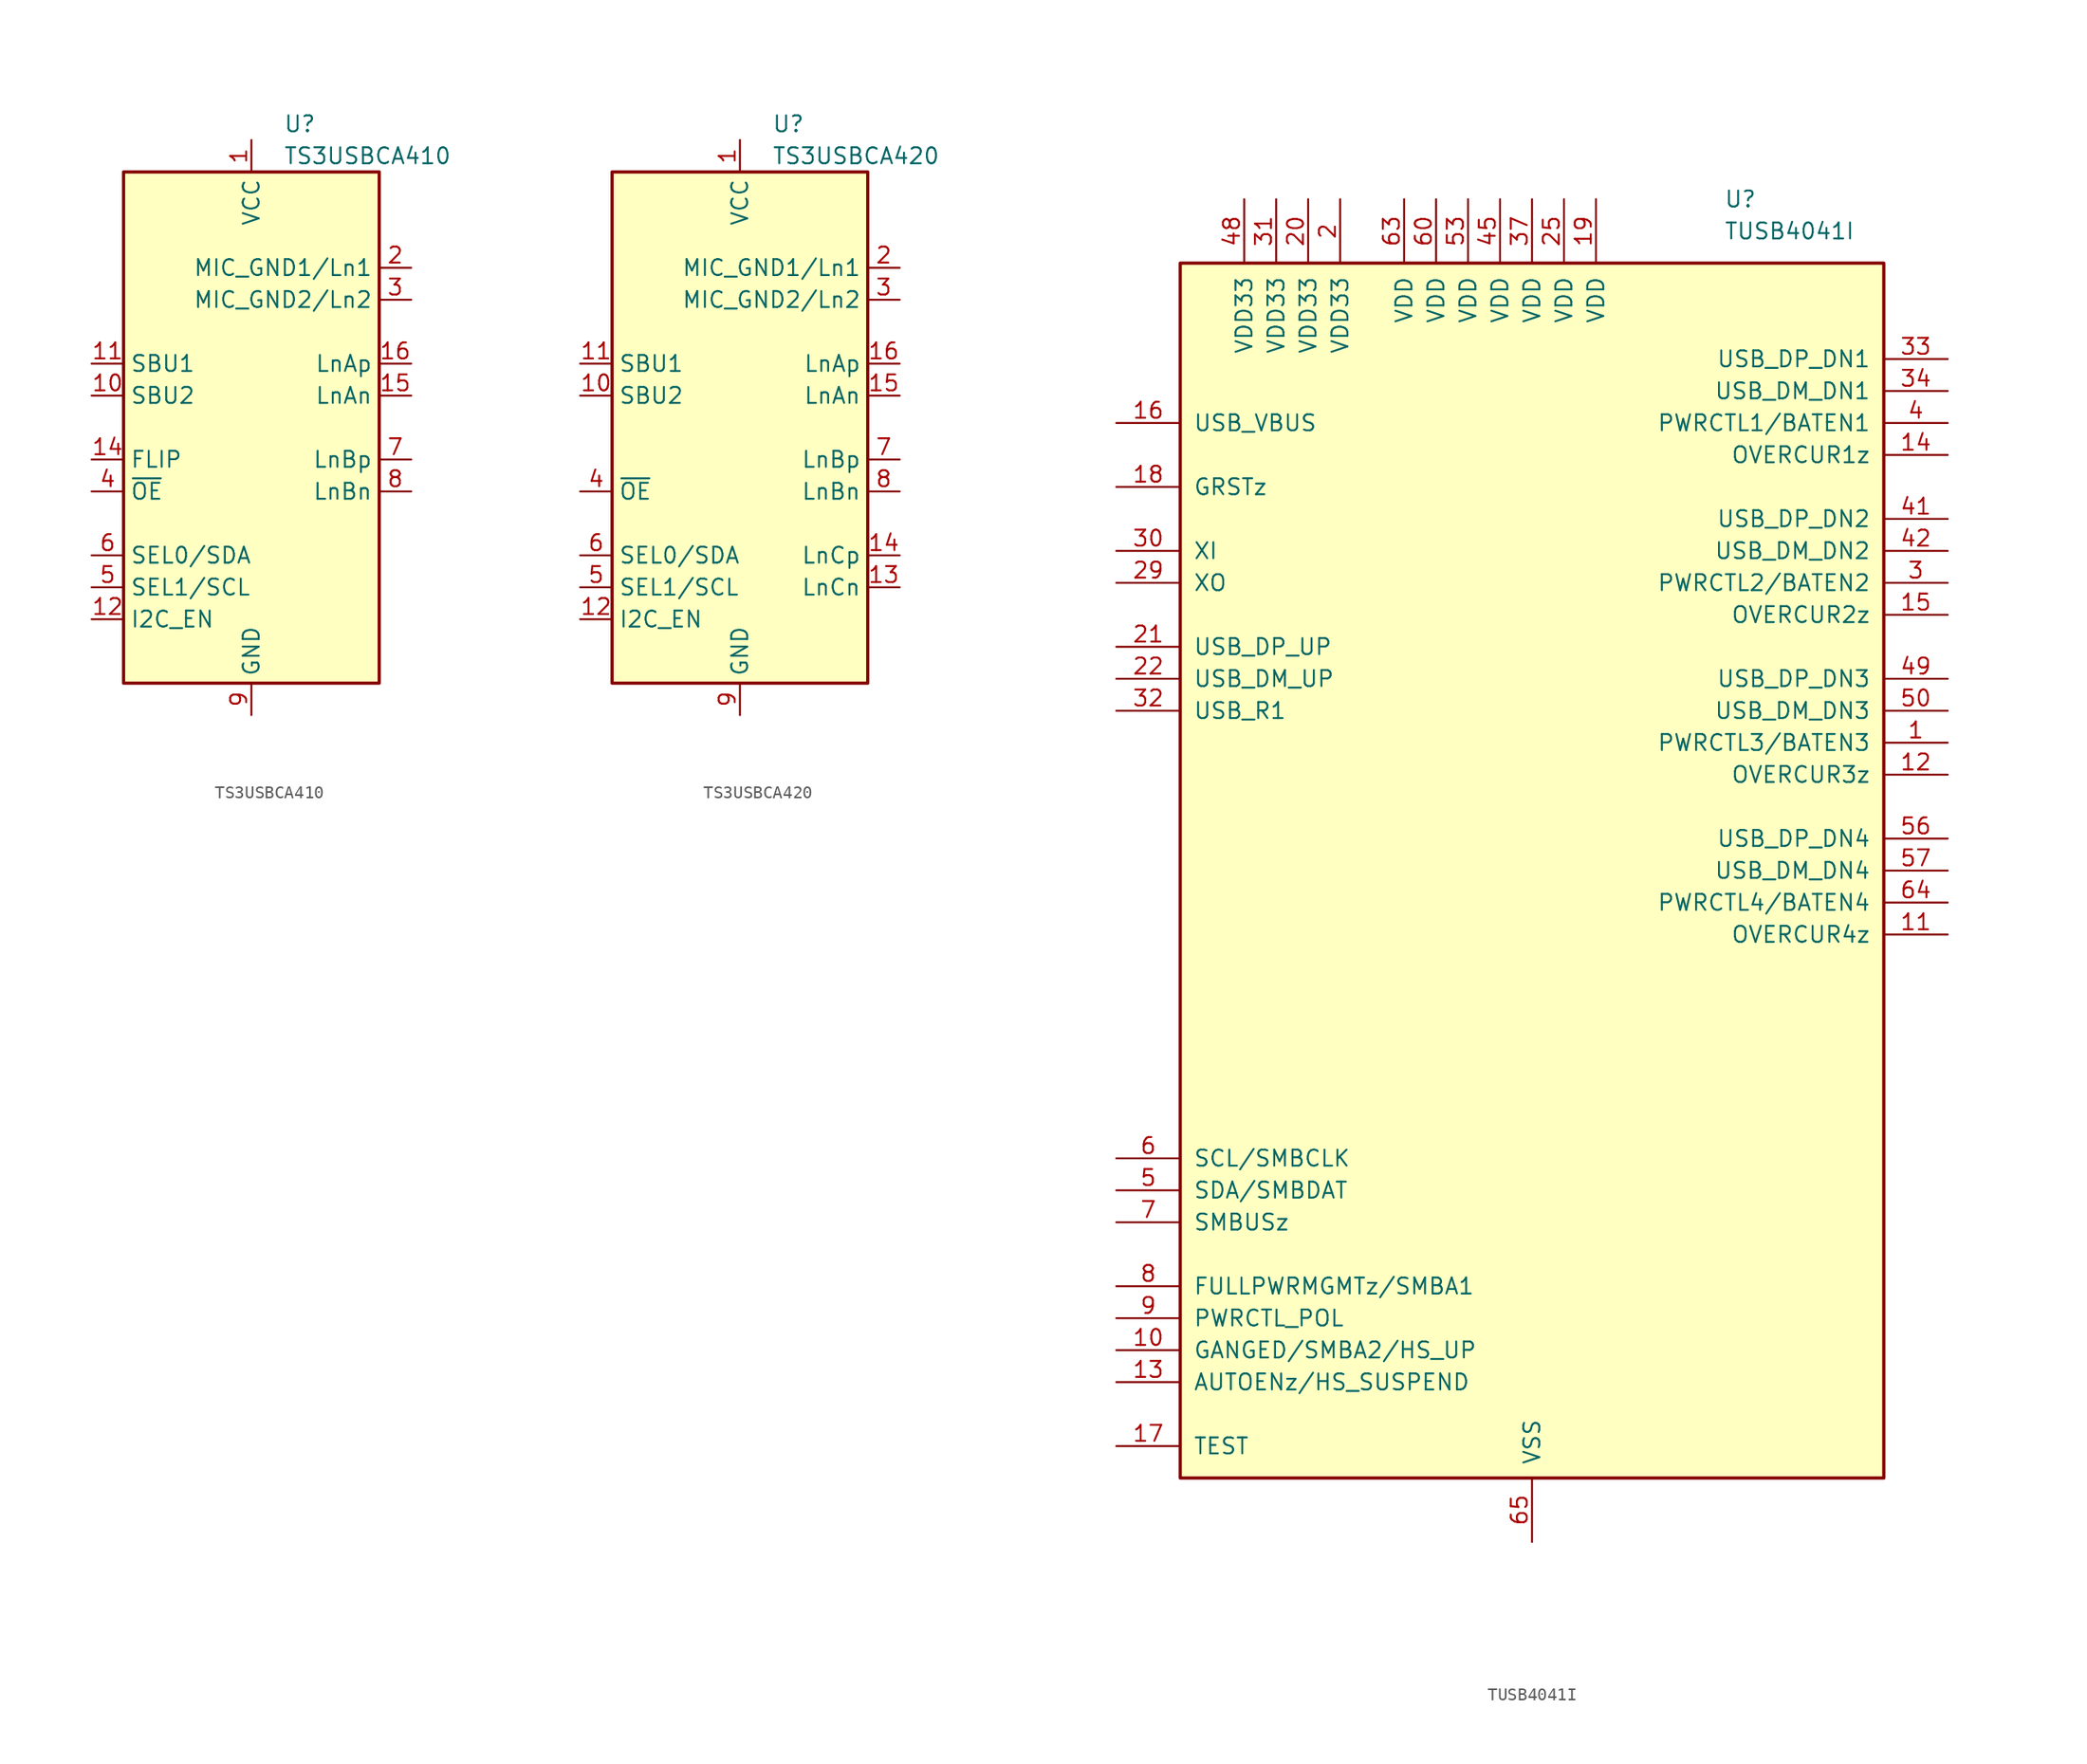
<source format=kicad_sym>
(kicad_symbol_lib
  (version 20241209)
  (generator "kicad_symbol_editor")
  (generator_version "9.0")
  (symbol "TS3USBCA410"
    (property "Reference" "U"
      (at 2.54 24.13 0)
      (effects (font (size 1.27 1.27)) (justify left)))
    (property "Value" "TS3USBCA410"
      (at 2.54 21.59 0)
      (effects (font (size 1.27 1.27)) (justify left)))
    (symbol "TS3USBCA410_0_0"
      (pin passive line (at 12.7 -2.54 180) (length 2.54) (name "LnBp" (effects (font (size 1.27 1.27)))) (number "7" (effects (font (size 1.27 1.27)))))
      (pin passive line (at 12.7 -5.08 180) (length 2.54) (name "LnBn" (effects (font (size 1.27 1.27)))) (number "8" (effects (font (size 1.27 1.27))))))
    (symbol "TS3USBCA410_1_0"
      (pin passive line (at -12.7 5.08 0) (length 2.54) (name "SBU1" (effects (font (size 1.27 1.27)))) (number "11" (effects (font (size 1.27 1.27)))))
      (pin passive line (at -12.7 2.54 0) (length 2.54) (name "SBU2" (effects (font (size 1.27 1.27)))) (number "10" (effects (font (size 1.27 1.27)))))
      (pin input line (at -12.7 -2.54 0) (length 2.54) (name "FLIP" (effects (font (size 1.27 1.27)))) (number "14" (effects (font (size 1.27 1.27)))))
      (pin input line (at -12.7 -5.08 0) (length 2.54) (name "~{OE}" (effects (font (size 1.27 1.27)))) (number "4" (effects (font (size 1.27 1.27)))))
      (pin bidirectional line (at -12.7 -10.16 0) (length 2.54) (name "SEL0/SDA" (effects (font (size 1.27 1.27)))) (number "6" (effects (font (size 1.27 1.27)))) (alternate "SDA" bidirectional line) (alternate "SEL0" input line))
      (pin input line (at -12.7 -12.7 0) (length 2.54) (name "SEL1/SCL" (effects (font (size 1.27 1.27)))) (number "5" (effects (font (size 1.27 1.27)))) (alternate "SCL" input line) (alternate "SEL1" input line))
      (pin input line (at -12.7 -15.24 0) (length 2.54) (name "I2C_EN" (effects (font (size 1.27 1.27)))) (number "12" (effects (font (size 1.27 1.27)))))
      (pin power_in line (at 0 22.86 270) (length 2.54) (name "VCC" (effects (font (size 1.27 1.27)))) (number "1" (effects (font (size 1.27 1.27)))))
      (pin power_in line (at 0 -22.86 90) (length 2.54) (name "GND" (effects (font (size 1.27 1.27)))) (number "9" (effects (font (size 1.27 1.27)))))
      (pin no_connect line (at 10.16 -12.7 180) (length 2.54) (hide yes) (name "NC" (effects (font (size 1.27 1.27)))) (number "13" (effects (font (size 1.27 1.27)))))
      (pin passive line (at 12.7 12.7 180) (length 2.54) (name "MIC_GND1/Ln1" (effects (font (size 1.27 1.27)))) (number "2" (effects (font (size 1.27 1.27)))) (alternate "Ln1" passive line) (alternate "MIC_GND1" passive line))
      (pin passive line (at 12.7 10.16 180) (length 2.54) (name "MIC_GND2/Ln2" (effects (font (size 1.27 1.27)))) (number "3" (effects (font (size 1.27 1.27)))) (alternate "Ln2" passive line) (alternate "MIC_GND2" passive line))
      (pin passive line (at 12.7 5.08 180) (length 2.54) (name "LnAp" (effects (font (size 1.27 1.27)))) (number "16" (effects (font (size 1.27 1.27)))))
      (pin passive line (at 12.7 2.54 180) (length 2.54) (name "LnAn" (effects (font (size 1.27 1.27)))) (number "15" (effects (font (size 1.27 1.27))))))
    (symbol "TS3USBCA410_1_1"
      (rectangle (start -10.16 20.32) (end 10.16 -20.32) (stroke (width 0.254) (type default)) (fill (type background)))))
  (symbol "TS3USBCA420"
    (property "Reference" "U"
      (at 2.54 24.13 0)
      (effects (font (size 1.27 1.27)) (justify left)))
    (property "Value" "TS3USBCA420"
      (at 2.54 21.59 0)
      (effects (font (size 1.27 1.27)) (justify left)))
    (symbol "TS3USBCA420_0_0"
      (pin passive line (at 12.7 -2.54 180) (length 2.54) (name "LnBp" (effects (font (size 1.27 1.27)))) (number "7" (effects (font (size 1.27 1.27)))))
      (pin passive line (at 12.7 -5.08 180) (length 2.54) (name "LnBn" (effects (font (size 1.27 1.27)))) (number "8" (effects (font (size 1.27 1.27)))))
      (pin passive line (at 12.7 -10.16 180) (length 2.54) (name "LnCp" (effects (font (size 1.27 1.27)))) (number "14" (effects (font (size 1.27 1.27)))))
      (pin passive line (at 12.7 -12.7 180) (length 2.54) (name "LnCn" (effects (font (size 1.27 1.27)))) (number "13" (effects (font (size 1.27 1.27))))))
    (symbol "TS3USBCA420_1_0"
      (pin passive line (at -12.7 5.08 0) (length 2.54) (name "SBU1" (effects (font (size 1.27 1.27)))) (number "11" (effects (font (size 1.27 1.27)))))
      (pin passive line (at -12.7 2.54 0) (length 2.54) (name "SBU2" (effects (font (size 1.27 1.27)))) (number "10" (effects (font (size 1.27 1.27)))))
      (pin input line (at -12.7 -5.08 0) (length 2.54) (name "~{OE}" (effects (font (size 1.27 1.27)))) (number "4" (effects (font (size 1.27 1.27)))))
      (pin bidirectional line (at -12.7 -10.16 0) (length 2.54) (name "SEL0/SDA" (effects (font (size 1.27 1.27)))) (number "6" (effects (font (size 1.27 1.27)))) (alternate "SDA" bidirectional line) (alternate "SEL0" input line))
      (pin input line (at -12.7 -12.7 0) (length 2.54) (name "SEL1/SCL" (effects (font (size 1.27 1.27)))) (number "5" (effects (font (size 1.27 1.27)))) (alternate "SCL" input line) (alternate "SEL1" input line))
      (pin input line (at -12.7 -15.24 0) (length 2.54) (name "I2C_EN" (effects (font (size 1.27 1.27)))) (number "12" (effects (font (size 1.27 1.27)))))
      (pin power_in line (at 0 22.86 270) (length 2.54) (name "VCC" (effects (font (size 1.27 1.27)))) (number "1" (effects (font (size 1.27 1.27)))))
      (pin power_in line (at 0 -22.86 90) (length 2.54) (name "GND" (effects (font (size 1.27 1.27)))) (number "9" (effects (font (size 1.27 1.27)))))
      (pin passive line (at 12.7 12.7 180) (length 2.54) (name "MIC_GND1/Ln1" (effects (font (size 1.27 1.27)))) (number "2" (effects (font (size 1.27 1.27)))) (alternate "Ln1" passive line) (alternate "MIC_GND1" passive line))
      (pin passive line (at 12.7 10.16 180) (length 2.54) (name "MIC_GND2/Ln2" (effects (font (size 1.27 1.27)))) (number "3" (effects (font (size 1.27 1.27)))) (alternate "Ln2" passive line) (alternate "MIC_GND2" passive line))
      (pin passive line (at 12.7 5.08 180) (length 2.54) (name "LnAp" (effects (font (size 1.27 1.27)))) (number "16" (effects (font (size 1.27 1.27)))))
      (pin passive line (at 12.7 2.54 180) (length 2.54) (name "LnAn" (effects (font (size 1.27 1.27)))) (number "15" (effects (font (size 1.27 1.27))))))
    (symbol "TS3USBCA420_1_1"
      (rectangle (start -10.16 20.32) (end 10.16 -20.32) (stroke (width 0.254) (type default)) (fill (type background)))))
  (symbol "TUSB4041I"
    (pin_names
      (offset 1.016))
    (property "Reference" "U"
      (at 15.24 53.34 0)
      (effects (font (size 1.27 1.27)) (justify left)))
    (property "Value" "TUSB4041I"
      (at 15.24 50.8 0)
      (effects (font (size 1.27 1.27)) (justify left)))
    (symbol "TUSB4041I_0_1"
      (rectangle (start -27.94 48.26) (end 27.94 -48.26) (stroke (width 0.254) (type default)) (fill (type background))))
    (symbol "TUSB4041I_1_1"
      (pin input line (at -33.02 35.56 0) (length 5.08) (name "USB_VBUS" (effects (font (size 1.27 1.27)))) (number "16" (effects (font (size 1.27 1.27)))))
      (pin input line (at -33.02 30.48 0) (length 5.08) (name "GRSTz" (effects (font (size 1.27 1.27)))) (number "18" (effects (font (size 1.27 1.27)))))
      (pin input line (at -33.02 25.4 0) (length 5.08) (name "XI" (effects (font (size 1.27 1.27)))) (number "30" (effects (font (size 1.27 1.27)))))
      (pin output line (at -33.02 22.86 0) (length 5.08) (name "XO" (effects (font (size 1.27 1.27)))) (number "29" (effects (font (size 1.27 1.27)))))
      (pin bidirectional line (at -33.02 17.78 0) (length 5.08) (name "USB_DP_UP" (effects (font (size 1.27 1.27)))) (number "21" (effects (font (size 1.27 1.27)))))
      (pin bidirectional line (at -33.02 15.24 0) (length 5.08) (name "USB_DM_UP" (effects (font (size 1.27 1.27)))) (number "22" (effects (font (size 1.27 1.27)))))
      (pin input line (at -33.02 12.7 0) (length 5.08) (name "USB_R1" (effects (font (size 1.27 1.27)))) (number "32" (effects (font (size 1.27 1.27)))))
      (pin bidirectional line (at -33.02 -22.86 0) (length 5.08) (name "SCL/SMBCLK" (effects (font (size 1.27 1.27)))) (number "6" (effects (font (size 1.27 1.27)))))
      (pin bidirectional line (at -33.02 -25.4 0) (length 5.08) (name "SDA/SMBDAT" (effects (font (size 1.27 1.27)))) (number "5" (effects (font (size 1.27 1.27)))))
      (pin bidirectional line (at -33.02 -27.94 0) (length 5.08) (name "SMBUSz" (effects (font (size 1.27 1.27)))) (number "7" (effects (font (size 1.27 1.27)))))
      (pin bidirectional line (at -33.02 -33.02 0) (length 5.08) (name "FULLPWRMGMTz/SMBA1" (effects (font (size 1.27 1.27)))) (number "8" (effects (font (size 1.27 1.27)))))
      (pin bidirectional line (at -33.02 -35.56 0) (length 5.08) (name "PWRCTL_POL" (effects (font (size 1.27 1.27)))) (number "9" (effects (font (size 1.27 1.27)))))
      (pin bidirectional line (at -33.02 -38.1 0) (length 5.08) (name "GANGED/SMBA2/HS_UP" (effects (font (size 1.27 1.27)))) (number "10" (effects (font (size 1.27 1.27)))))
      (pin bidirectional line (at -33.02 -40.64 0) (length 5.08) (name "AUTOENz/HS_SUSPEND" (effects (font (size 1.27 1.27)))) (number "13" (effects (font (size 1.27 1.27)))))
      (pin input line (at -33.02 -45.72 0) (length 5.08) (name "TEST" (effects (font (size 1.27 1.27)))) (number "17" (effects (font (size 1.27 1.27)))))
      (pin no_connect line (at -27.94 7.62 0) (length 5.08) (hide yes) (name "RSVD" (effects (font (size 1.27 1.27)))) (number "44" (effects (font (size 1.27 1.27)))))
      (pin no_connect line (at -27.94 5.08 0) (length 5.08) (hide yes) (name "RSVD" (effects (font (size 1.27 1.27)))) (number "46" (effects (font (size 1.27 1.27)))))
      (pin no_connect line (at -27.94 2.54 0) (length 5.08) (hide yes) (name "RSVD" (effects (font (size 1.27 1.27)))) (number "47" (effects (font (size 1.27 1.27)))))
      (pin no_connect line (at -27.94 0 0) (length 5.08) (hide yes) (name "RSVD" (effects (font (size 1.27 1.27)))) (number "51" (effects (font (size 1.27 1.27)))))
      (pin no_connect line (at -27.94 -2.54 0) (length 5.08) (hide yes) (name "RSVD" (effects (font (size 1.27 1.27)))) (number "52" (effects (font (size 1.27 1.27)))))
      (pin no_connect line (at -27.94 -5.08 0) (length 5.08) (hide yes) (name "RSVD" (effects (font (size 1.27 1.27)))) (number "54" (effects (font (size 1.27 1.27)))))
      (pin no_connect line (at -27.94 -7.62 0) (length 5.08) (hide yes) (name "RSVD" (effects (font (size 1.27 1.27)))) (number "55" (effects (font (size 1.27 1.27)))))
      (pin no_connect line (at -27.94 -10.16 0) (length 5.08) (hide yes) (name "RSVD" (effects (font (size 1.27 1.27)))) (number "58" (effects (font (size 1.27 1.27)))))
      (pin no_connect line (at -27.94 -12.7 0) (length 5.08) (hide yes) (name "RSVD" (effects (font (size 1.27 1.27)))) (number "59" (effects (font (size 1.27 1.27)))))
      (pin no_connect line (at -27.94 -15.24 0) (length 5.08) (hide yes) (name "RSVD" (effects (font (size 1.27 1.27)))) (number "61" (effects (font (size 1.27 1.27)))))
      (pin no_connect line (at -27.94 -17.78 0) (length 5.08) (hide yes) (name "RSVD" (effects (font (size 1.27 1.27)))) (number "62" (effects (font (size 1.27 1.27)))))
      (pin power_in line (at -22.86 53.34 270) (length 5.08) (name "VDD33" (effects (font (size 1.27 1.27)))) (number "48" (effects (font (size 1.27 1.27)))))
      (pin power_in line (at -20.32 53.34 270) (length 5.08) (name "VDD33" (effects (font (size 1.27 1.27)))) (number "31" (effects (font (size 1.27 1.27)))))
      (pin power_in line (at -17.78 53.34 270) (length 5.08) (name "VDD33" (effects (font (size 1.27 1.27)))) (number "20" (effects (font (size 1.27 1.27)))))
      (pin power_in line (at -15.24 53.34 270) (length 5.08) (name "VDD33" (effects (font (size 1.27 1.27)))) (number "2" (effects (font (size 1.27 1.27)))))
      (pin power_in line (at -10.16 53.34 270) (length 5.08) (name "VDD" (effects (font (size 1.27 1.27)))) (number "63" (effects (font (size 1.27 1.27)))))
      (pin power_in line (at -7.62 53.34 270) (length 5.08) (name "VDD" (effects (font (size 1.27 1.27)))) (number "60" (effects (font (size 1.27 1.27)))))
      (pin power_in line (at -5.08 53.34 270) (length 5.08) (name "VDD" (effects (font (size 1.27 1.27)))) (number "53" (effects (font (size 1.27 1.27)))))
      (pin power_in line (at -2.54 53.34 270) (length 5.08) (name "VDD" (effects (font (size 1.27 1.27)))) (number "45" (effects (font (size 1.27 1.27)))))
      (pin power_in line (at 0 53.34 270) (length 5.08) (name "VDD" (effects (font (size 1.27 1.27)))) (number "37" (effects (font (size 1.27 1.27)))))
      (pin power_in line (at 0 -53.34 90) (length 5.08) (name "VSS" (effects (font (size 1.27 1.27)))) (number "65" (effects (font (size 1.27 1.27)))))
      (pin power_in line (at 2.54 53.34 270) (length 5.08) (name "VDD" (effects (font (size 1.27 1.27)))) (number "25" (effects (font (size 1.27 1.27)))))
      (pin power_in line (at 5.08 53.34 270) (length 5.08) (name "VDD" (effects (font (size 1.27 1.27)))) (number "19" (effects (font (size 1.27 1.27)))))
      (pin no_connect line (at 27.94 -17.78 180) (length 5.08) (hide yes) (name "RSVD" (effects (font (size 1.27 1.27)))) (number "23" (effects (font (size 1.27 1.27)))))
      (pin no_connect line (at 27.94 -20.32 180) (length 5.08) (hide yes) (name "RSVD" (effects (font (size 1.27 1.27)))) (number "24" (effects (font (size 1.27 1.27)))))
      (pin no_connect line (at 27.94 -22.86 180) (length 5.08) (hide yes) (name "RSVD" (effects (font (size 1.27 1.27)))) (number "26" (effects (font (size 1.27 1.27)))))
      (pin no_connect line (at 27.94 -25.4 180) (length 5.08) (hide yes) (name "RSVD" (effects (font (size 1.27 1.27)))) (number "27" (effects (font (size 1.27 1.27)))))
      (pin no_connect line (at 27.94 -27.94 180) (length 5.08) (hide yes) (name "RSVD" (effects (font (size 1.27 1.27)))) (number "35" (effects (font (size 1.27 1.27)))))
      (pin no_connect line (at 27.94 -30.48 180) (length 5.08) (hide yes) (name "RSVD" (effects (font (size 1.27 1.27)))) (number "36" (effects (font (size 1.27 1.27)))))
      (pin no_connect line (at 27.94 -33.02 180) (length 5.08) (hide yes) (name "RSVD" (effects (font (size 1.27 1.27)))) (number "38" (effects (font (size 1.27 1.27)))))
      (pin no_connect line (at 27.94 -35.56 180) (length 5.08) (hide yes) (name "RSVD" (effects (font (size 1.27 1.27)))) (number "39" (effects (font (size 1.27 1.27)))))
      (pin no_connect line (at 27.94 -38.1 180) (length 5.08) (hide yes) (name "RSVD" (effects (font (size 1.27 1.27)))) (number "43" (effects (font (size 1.27 1.27)))))
      (pin no_connect line (at 27.94 -43.18 180) (length 5.08) (hide yes) (name "NC" (effects (font (size 1.27 1.27)))) (number "28" (effects (font (size 1.27 1.27)))))
      (pin no_connect line (at 27.94 -45.72 180) (length 5.08) (hide yes) (name "NC" (effects (font (size 1.27 1.27)))) (number "40" (effects (font (size 1.27 1.27)))))
      (pin bidirectional line (at 33.02 40.64 180) (length 5.08) (name "USB_DP_DN1" (effects (font (size 1.27 1.27)))) (number "33" (effects (font (size 1.27 1.27)))))
      (pin bidirectional line (at 33.02 38.1 180) (length 5.08) (name "USB_DM_DN1" (effects (font (size 1.27 1.27)))) (number "34" (effects (font (size 1.27 1.27)))))
      (pin bidirectional line (at 33.02 35.56 180) (length 5.08) (name "PWRCTL1/BATEN1" (effects (font (size 1.27 1.27)))) (number "4" (effects (font (size 1.27 1.27)))))
      (pin input line (at 33.02 33.02 180) (length 5.08) (name "OVERCUR1z" (effects (font (size 1.27 1.27)))) (number "14" (effects (font (size 1.27 1.27)))))
      (pin bidirectional line (at 33.02 27.94 180) (length 5.08) (name "USB_DP_DN2" (effects (font (size 1.27 1.27)))) (number "41" (effects (font (size 1.27 1.27)))))
      (pin bidirectional line (at 33.02 25.4 180) (length 5.08) (name "USB_DM_DN2" (effects (font (size 1.27 1.27)))) (number "42" (effects (font (size 1.27 1.27)))))
      (pin bidirectional line (at 33.02 22.86 180) (length 5.08) (name "PWRCTL2/BATEN2" (effects (font (size 1.27 1.27)))) (number "3" (effects (font (size 1.27 1.27)))))
      (pin input line (at 33.02 20.32 180) (length 5.08) (name "OVERCUR2z" (effects (font (size 1.27 1.27)))) (number "15" (effects (font (size 1.27 1.27)))))
      (pin bidirectional line (at 33.02 15.24 180) (length 5.08) (name "USB_DP_DN3" (effects (font (size 1.27 1.27)))) (number "49" (effects (font (size 1.27 1.27)))))
      (pin bidirectional line (at 33.02 12.7 180) (length 5.08) (name "USB_DM_DN3" (effects (font (size 1.27 1.27)))) (number "50" (effects (font (size 1.27 1.27)))))
      (pin bidirectional line (at 33.02 10.16 180) (length 5.08) (name "PWRCTL3/BATEN3" (effects (font (size 1.27 1.27)))) (number "1" (effects (font (size 1.27 1.27)))))
      (pin input line (at 33.02 7.62 180) (length 5.08) (name "OVERCUR3z" (effects (font (size 1.27 1.27)))) (number "12" (effects (font (size 1.27 1.27)))))
      (pin bidirectional line (at 33.02 2.54 180) (length 5.08) (name "USB_DP_DN4" (effects (font (size 1.27 1.27)))) (number "56" (effects (font (size 1.27 1.27)))))
      (pin bidirectional line (at 33.02 0 180) (length 5.08) (name "USB_DM_DN4" (effects (font (size 1.27 1.27)))) (number "57" (effects (font (size 1.27 1.27)))))
      (pin bidirectional line (at 33.02 -2.54 180) (length 5.08) (name "PWRCTL4/BATEN4" (effects (font (size 1.27 1.27)))) (number "64" (effects (font (size 1.27 1.27)))))
      (pin input line (at 33.02 -5.08 180) (length 5.08) (name "OVERCUR4z" (effects (font (size 1.27 1.27)))) (number "11" (effects (font (size 1.27 1.27))))))))
</source>
